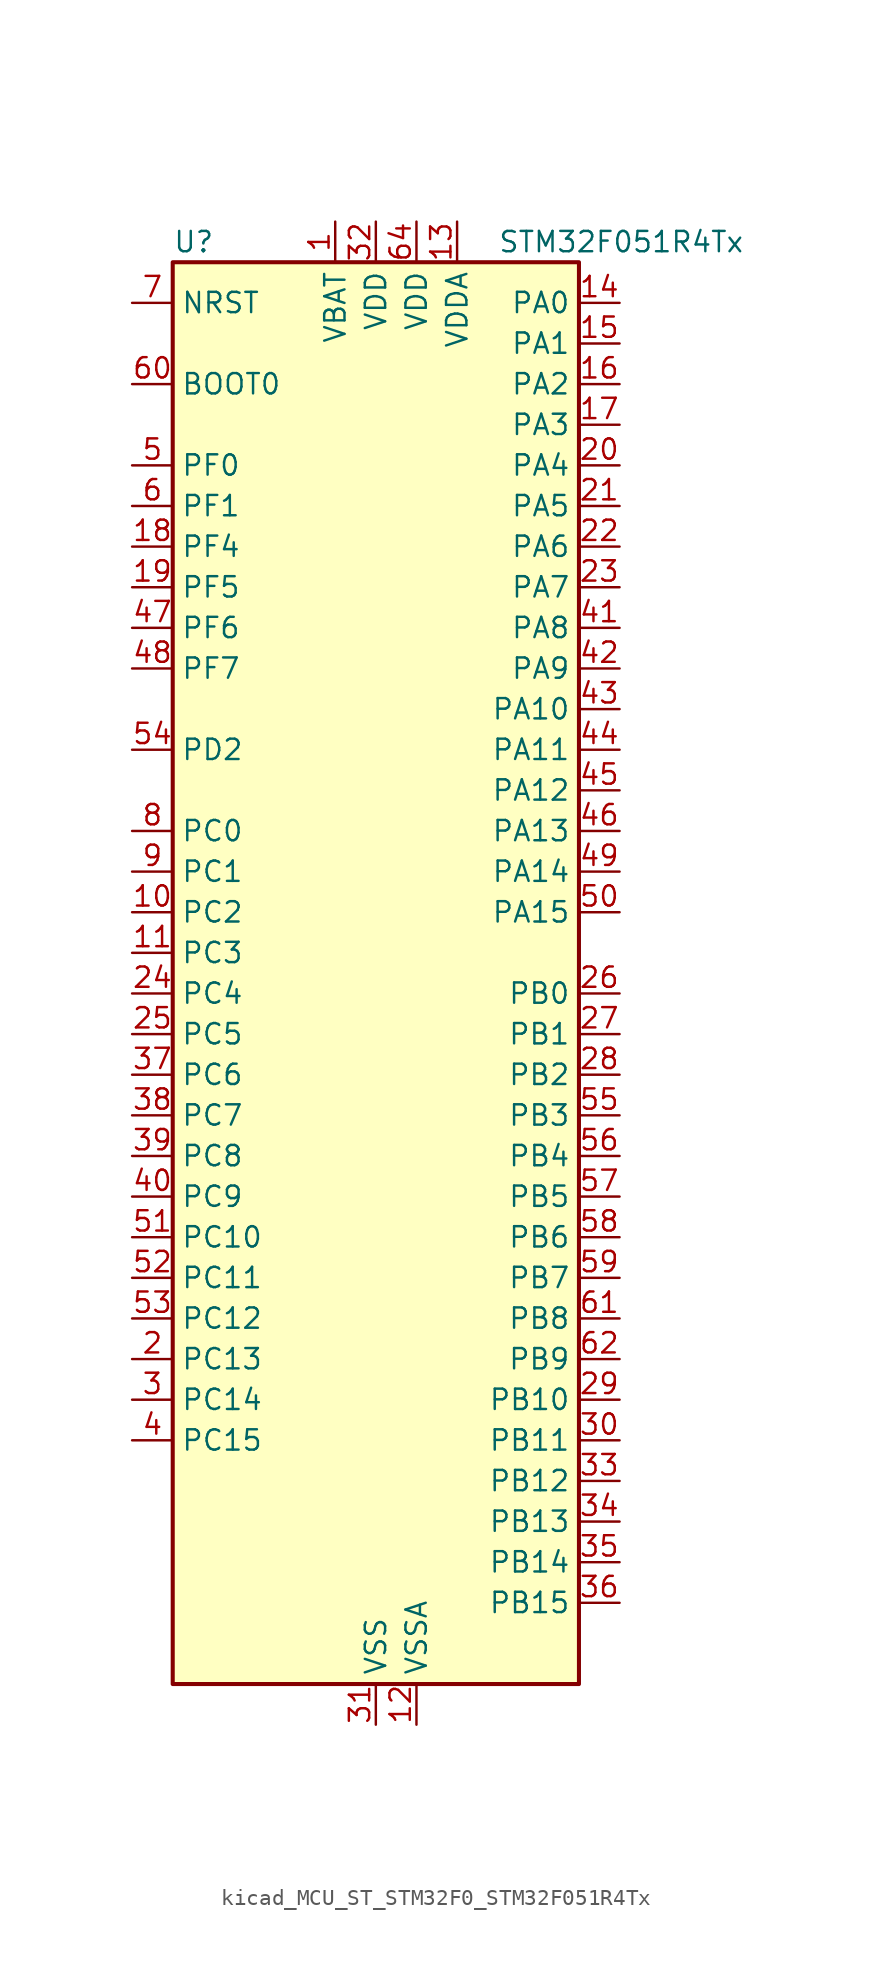
<source format=kicad_sym>
(kicad_symbol_lib
  (version 20220914)
  (generator kicad_symbol_editor)
  (symbol "kicad_MCU_ST_STM32F0_STM32F051R4Tx"
    (property "Reference" "U"
      (at -12.7 46.99 0)
      (effects (font (size 1.27 1.27)) (justify left)))
    (property "Value" "STM32F051R4Tx"
      (at 7.62 46.99 0)
      (effects (font (size 1.27 1.27)) (justify left)))
    (property "ki_locked" ""
      (at 0 0 0)
      (effects (font (size 1.27 1.27))))
    (symbol "kicad_MCU_ST_STM32F0_STM32F051R4Tx_0_1"
      (rectangle (start -12.7 -43.18) (end 12.7 45.72) (stroke (width 0.254) (type default)) (fill (type background))))
    (symbol "kicad_MCU_ST_STM32F0_STM32F051R4Tx_1_1"
      (pin power_in line (at -2.54 48.26 270) (length 2.54) (name "VBAT" (effects (font (size 1.27 1.27)))) (number "1" (effects (font (size 1.27 1.27)))))
      (pin bidirectional line (at -15.24 5.08 0) (length 2.54) (name "PC2" (effects (font (size 1.27 1.27)))) (number "10" (effects (font (size 1.27 1.27)))) (alternate "ADC_IN12" bidirectional line))
      (pin bidirectional line (at -15.24 2.54 0) (length 2.54) (name "PC3" (effects (font (size 1.27 1.27)))) (number "11" (effects (font (size 1.27 1.27)))) (alternate "ADC_IN13" bidirectional line))
      (pin power_in line (at 2.54 -45.72 90) (length 2.54) (name "VSSA" (effects (font (size 1.27 1.27)))) (number "12" (effects (font (size 1.27 1.27)))))
      (pin power_in line (at 5.08 48.26 270) (length 2.54) (name "VDDA" (effects (font (size 1.27 1.27)))) (number "13" (effects (font (size 1.27 1.27)))))
      (pin bidirectional line (at 15.24 43.18 180) (length 2.54) (name "PA0" (effects (font (size 1.27 1.27)))) (number "14" (effects (font (size 1.27 1.27)))) (alternate "ADC_IN0" bidirectional line) (alternate "COMP1_INM" bidirectional line) (alternate "COMP1_OUT" bidirectional line) (alternate "RTC_TAMP2" bidirectional line) (alternate "SYS_WKUP1" bidirectional line) (alternate "TIM2_CH1" bidirectional line) (alternate "TIM2_ETR" bidirectional line) (alternate "TSC_G1_IO1" bidirectional line))
      (pin bidirectional line (at 15.24 40.64 180) (length 2.54) (name "PA1" (effects (font (size 1.27 1.27)))) (number "15" (effects (font (size 1.27 1.27)))) (alternate "ADC_IN1" bidirectional line) (alternate "COMP1_INP" bidirectional line) (alternate "TIM2_CH2" bidirectional line) (alternate "TSC_G1_IO2" bidirectional line))
      (pin bidirectional line (at 15.24 38.1 180) (length 2.54) (name "PA2" (effects (font (size 1.27 1.27)))) (number "16" (effects (font (size 1.27 1.27)))) (alternate "ADC_IN2" bidirectional line) (alternate "COMP2_INM" bidirectional line) (alternate "COMP2_OUT" bidirectional line) (alternate "TIM15_CH1" bidirectional line) (alternate "TIM2_CH3" bidirectional line) (alternate "TSC_G1_IO3" bidirectional line))
      (pin bidirectional line (at 15.24 35.56 180) (length 2.54) (name "PA3" (effects (font (size 1.27 1.27)))) (number "17" (effects (font (size 1.27 1.27)))) (alternate "ADC_IN3" bidirectional line) (alternate "COMP2_INP" bidirectional line) (alternate "TIM15_CH2" bidirectional line) (alternate "TIM2_CH4" bidirectional line) (alternate "TSC_G1_IO4" bidirectional line))
      (pin bidirectional line (at -15.24 27.94 0) (length 2.54) (name "PF4" (effects (font (size 1.27 1.27)))) (number "18" (effects (font (size 1.27 1.27)))))
      (pin bidirectional line (at -15.24 25.4 0) (length 2.54) (name "PF5" (effects (font (size 1.27 1.27)))) (number "19" (effects (font (size 1.27 1.27)))))
      (pin bidirectional line (at -15.24 -22.86 0) (length 2.54) (name "PC13" (effects (font (size 1.27 1.27)))) (number "2" (effects (font (size 1.27 1.27)))) (alternate "RTC_OUT_ALARM" bidirectional line) (alternate "RTC_OUT_CALIB" bidirectional line) (alternate "RTC_TAMP1" bidirectional line) (alternate "RTC_TS" bidirectional line) (alternate "SYS_WKUP2" bidirectional line))
      (pin bidirectional line (at 15.24 33.02 180) (length 2.54) (name "PA4" (effects (font (size 1.27 1.27)))) (number "20" (effects (font (size 1.27 1.27)))) (alternate "ADC_IN4" bidirectional line) (alternate "COMP1_INM" bidirectional line) (alternate "COMP2_INM" bidirectional line) (alternate "DAC1_OUT1" bidirectional line) (alternate "I2S1_WS" bidirectional line) (alternate "SPI1_NSS" bidirectional line) (alternate "TIM14_CH1" bidirectional line) (alternate "TSC_G2_IO1" bidirectional line))
      (pin bidirectional line (at 15.24 30.48 180) (length 2.54) (name "PA5" (effects (font (size 1.27 1.27)))) (number "21" (effects (font (size 1.27 1.27)))) (alternate "ADC_IN5" bidirectional line) (alternate "CEC" bidirectional line) (alternate "COMP1_INM" bidirectional line) (alternate "COMP2_INM" bidirectional line) (alternate "I2S1_CK" bidirectional line) (alternate "SPI1_SCK" bidirectional line) (alternate "TIM2_CH1" bidirectional line) (alternate "TIM2_ETR" bidirectional line) (alternate "TSC_G2_IO2" bidirectional line))
      (pin bidirectional line (at 15.24 27.94 180) (length 2.54) (name "PA6" (effects (font (size 1.27 1.27)))) (number "22" (effects (font (size 1.27 1.27)))) (alternate "ADC_IN6" bidirectional line) (alternate "COMP1_OUT" bidirectional line) (alternate "I2S1_MCK" bidirectional line) (alternate "SPI1_MISO" bidirectional line) (alternate "TIM16_CH1" bidirectional line) (alternate "TIM1_BKIN" bidirectional line) (alternate "TIM3_CH1" bidirectional line) (alternate "TSC_G2_IO3" bidirectional line))
      (pin bidirectional line (at 15.24 25.4 180) (length 2.54) (name "PA7" (effects (font (size 1.27 1.27)))) (number "23" (effects (font (size 1.27 1.27)))) (alternate "ADC_IN7" bidirectional line) (alternate "COMP2_OUT" bidirectional line) (alternate "I2S1_SD" bidirectional line) (alternate "SPI1_MOSI" bidirectional line) (alternate "TIM14_CH1" bidirectional line) (alternate "TIM17_CH1" bidirectional line) (alternate "TIM1_CH1N" bidirectional line) (alternate "TIM3_CH2" bidirectional line) (alternate "TSC_G2_IO4" bidirectional line))
      (pin bidirectional line (at -15.24 0 0) (length 2.54) (name "PC4" (effects (font (size 1.27 1.27)))) (number "24" (effects (font (size 1.27 1.27)))) (alternate "ADC_IN14" bidirectional line))
      (pin bidirectional line (at -15.24 -2.54 0) (length 2.54) (name "PC5" (effects (font (size 1.27 1.27)))) (number "25" (effects (font (size 1.27 1.27)))) (alternate "ADC_IN15" bidirectional line) (alternate "TSC_G3_IO1" bidirectional line))
      (pin bidirectional line (at 15.24 0 180) (length 2.54) (name "PB0" (effects (font (size 1.27 1.27)))) (number "26" (effects (font (size 1.27 1.27)))) (alternate "ADC_IN8" bidirectional line) (alternate "TIM1_CH2N" bidirectional line) (alternate "TIM3_CH3" bidirectional line) (alternate "TSC_G3_IO2" bidirectional line))
      (pin bidirectional line (at 15.24 -2.54 180) (length 2.54) (name "PB1" (effects (font (size 1.27 1.27)))) (number "27" (effects (font (size 1.27 1.27)))) (alternate "ADC_IN9" bidirectional line) (alternate "TIM14_CH1" bidirectional line) (alternate "TIM1_CH3N" bidirectional line) (alternate "TIM3_CH4" bidirectional line) (alternate "TSC_G3_IO3" bidirectional line))
      (pin bidirectional line (at 15.24 -5.08 180) (length 2.54) (name "PB2" (effects (font (size 1.27 1.27)))) (number "28" (effects (font (size 1.27 1.27)))) (alternate "TSC_G3_IO4" bidirectional line))
      (pin bidirectional line (at 15.24 -25.4 180) (length 2.54) (name "PB10" (effects (font (size 1.27 1.27)))) (number "29" (effects (font (size 1.27 1.27)))) (alternate "CEC" bidirectional line) (alternate "TIM2_CH3" bidirectional line) (alternate "TSC_SYNC" bidirectional line))
      (pin bidirectional line (at -15.24 -25.4 0) (length 2.54) (name "PC14" (effects (font (size 1.27 1.27)))) (number "3" (effects (font (size 1.27 1.27)))) (alternate "RCC_OSC32_IN" bidirectional line))
      (pin bidirectional line (at 15.24 -27.94 180) (length 2.54) (name "PB11" (effects (font (size 1.27 1.27)))) (number "30" (effects (font (size 1.27 1.27)))) (alternate "TIM2_CH4" bidirectional line) (alternate "TSC_G6_IO1" bidirectional line))
      (pin power_in line (at 0 -45.72 90) (length 2.54) (name "VSS" (effects (font (size 1.27 1.27)))) (number "31" (effects (font (size 1.27 1.27)))))
      (pin power_in line (at 0 48.26 270) (length 2.54) (name "VDD" (effects (font (size 1.27 1.27)))) (number "32" (effects (font (size 1.27 1.27)))))
      (pin bidirectional line (at 15.24 -30.48 180) (length 2.54) (name "PB12" (effects (font (size 1.27 1.27)))) (number "33" (effects (font (size 1.27 1.27)))) (alternate "SPI2_NSS" bidirectional line) (alternate "TIM1_BKIN" bidirectional line) (alternate "TSC_G6_IO2" bidirectional line))
      (pin bidirectional line (at 15.24 -33.02 180) (length 2.54) (name "PB13" (effects (font (size 1.27 1.27)))) (number "34" (effects (font (size 1.27 1.27)))) (alternate "SPI2_SCK" bidirectional line) (alternate "TIM1_CH1N" bidirectional line) (alternate "TSC_G6_IO3" bidirectional line))
      (pin bidirectional line (at 15.24 -35.56 180) (length 2.54) (name "PB14" (effects (font (size 1.27 1.27)))) (number "35" (effects (font (size 1.27 1.27)))) (alternate "SPI2_MISO" bidirectional line) (alternate "TIM15_CH1" bidirectional line) (alternate "TIM1_CH2N" bidirectional line) (alternate "TSC_G6_IO4" bidirectional line))
      (pin bidirectional line (at 15.24 -38.1 180) (length 2.54) (name "PB15" (effects (font (size 1.27 1.27)))) (number "36" (effects (font (size 1.27 1.27)))) (alternate "RTC_REFIN" bidirectional line) (alternate "SPI2_MOSI" bidirectional line) (alternate "TIM15_CH1N" bidirectional line) (alternate "TIM15_CH2" bidirectional line) (alternate "TIM1_CH3N" bidirectional line))
      (pin bidirectional line (at -15.24 -5.08 0) (length 2.54) (name "PC6" (effects (font (size 1.27 1.27)))) (number "37" (effects (font (size 1.27 1.27)))) (alternate "TIM3_CH1" bidirectional line))
      (pin bidirectional line (at -15.24 -7.62 0) (length 2.54) (name "PC7" (effects (font (size 1.27 1.27)))) (number "38" (effects (font (size 1.27 1.27)))) (alternate "TIM3_CH2" bidirectional line))
      (pin bidirectional line (at -15.24 -10.16 0) (length 2.54) (name "PC8" (effects (font (size 1.27 1.27)))) (number "39" (effects (font (size 1.27 1.27)))) (alternate "TIM3_CH3" bidirectional line))
      (pin bidirectional line (at -15.24 -27.94 0) (length 2.54) (name "PC15" (effects (font (size 1.27 1.27)))) (number "4" (effects (font (size 1.27 1.27)))) (alternate "RCC_OSC32_OUT" bidirectional line))
      (pin bidirectional line (at -15.24 -12.7 0) (length 2.54) (name "PC9" (effects (font (size 1.27 1.27)))) (number "40" (effects (font (size 1.27 1.27)))) (alternate "DAC1_EXTI9" bidirectional line) (alternate "TIM3_CH4" bidirectional line))
      (pin bidirectional line (at 15.24 22.86 180) (length 2.54) (name "PA8" (effects (font (size 1.27 1.27)))) (number "41" (effects (font (size 1.27 1.27)))) (alternate "RCC_MCO" bidirectional line) (alternate "TIM1_CH1" bidirectional line) (alternate "USART1_CK" bidirectional line))
      (pin bidirectional line (at 15.24 20.32 180) (length 2.54) (name "PA9" (effects (font (size 1.27 1.27)))) (number "42" (effects (font (size 1.27 1.27)))) (alternate "DAC1_EXTI9" bidirectional line) (alternate "TIM15_BKIN" bidirectional line) (alternate "TIM1_CH2" bidirectional line) (alternate "TSC_G4_IO1" bidirectional line) (alternate "USART1_TX" bidirectional line))
      (pin bidirectional line (at 15.24 17.78 180) (length 2.54) (name "PA10" (effects (font (size 1.27 1.27)))) (number "43" (effects (font (size 1.27 1.27)))) (alternate "TIM17_BKIN" bidirectional line) (alternate "TIM1_CH3" bidirectional line) (alternate "TSC_G4_IO2" bidirectional line) (alternate "USART1_RX" bidirectional line))
      (pin bidirectional line (at 15.24 15.24 180) (length 2.54) (name "PA11" (effects (font (size 1.27 1.27)))) (number "44" (effects (font (size 1.27 1.27)))) (alternate "COMP1_OUT" bidirectional line) (alternate "TIM1_CH4" bidirectional line) (alternate "TSC_G4_IO3" bidirectional line) (alternate "USART1_CTS" bidirectional line))
      (pin bidirectional line (at 15.24 12.7 180) (length 2.54) (name "PA12" (effects (font (size 1.27 1.27)))) (number "45" (effects (font (size 1.27 1.27)))) (alternate "COMP2_OUT" bidirectional line) (alternate "TIM1_ETR" bidirectional line) (alternate "TSC_G4_IO4" bidirectional line) (alternate "USART1_DE" bidirectional line) (alternate "USART1_RTS" bidirectional line))
      (pin bidirectional line (at 15.24 10.16 180) (length 2.54) (name "PA13" (effects (font (size 1.27 1.27)))) (number "46" (effects (font (size 1.27 1.27)))) (alternate "IR_OUT" bidirectional line) (alternate "SYS_SWDIO" bidirectional line))
      (pin bidirectional line (at -15.24 22.86 0) (length 2.54) (name "PF6" (effects (font (size 1.27 1.27)))) (number "47" (effects (font (size 1.27 1.27)))))
      (pin bidirectional line (at -15.24 20.32 0) (length 2.54) (name "PF7" (effects (font (size 1.27 1.27)))) (number "48" (effects (font (size 1.27 1.27)))))
      (pin bidirectional line (at 15.24 7.62 180) (length 2.54) (name "PA14" (effects (font (size 1.27 1.27)))) (number "49" (effects (font (size 1.27 1.27)))) (alternate "SYS_SWCLK" bidirectional line))
      (pin bidirectional line (at -15.24 33.02 0) (length 2.54) (name "PF0" (effects (font (size 1.27 1.27)))) (number "5" (effects (font (size 1.27 1.27)))) (alternate "RCC_OSC_IN" bidirectional line))
      (pin bidirectional line (at 15.24 5.08 180) (length 2.54) (name "PA15" (effects (font (size 1.27 1.27)))) (number "50" (effects (font (size 1.27 1.27)))) (alternate "I2S1_WS" bidirectional line) (alternate "SPI1_NSS" bidirectional line) (alternate "TIM2_CH1" bidirectional line) (alternate "TIM2_ETR" bidirectional line))
      (pin bidirectional line (at -15.24 -15.24 0) (length 2.54) (name "PC10" (effects (font (size 1.27 1.27)))) (number "51" (effects (font (size 1.27 1.27)))))
      (pin bidirectional line (at -15.24 -17.78 0) (length 2.54) (name "PC11" (effects (font (size 1.27 1.27)))) (number "52" (effects (font (size 1.27 1.27)))))
      (pin bidirectional line (at -15.24 -20.32 0) (length 2.54) (name "PC12" (effects (font (size 1.27 1.27)))) (number "53" (effects (font (size 1.27 1.27)))))
      (pin bidirectional line (at -15.24 15.24 0) (length 2.54) (name "PD2" (effects (font (size 1.27 1.27)))) (number "54" (effects (font (size 1.27 1.27)))) (alternate "TIM3_ETR" bidirectional line))
      (pin bidirectional line (at 15.24 -7.62 180) (length 2.54) (name "PB3" (effects (font (size 1.27 1.27)))) (number "55" (effects (font (size 1.27 1.27)))) (alternate "I2S1_CK" bidirectional line) (alternate "SPI1_SCK" bidirectional line) (alternate "TIM2_CH2" bidirectional line) (alternate "TSC_G5_IO1" bidirectional line))
      (pin bidirectional line (at 15.24 -10.16 180) (length 2.54) (name "PB4" (effects (font (size 1.27 1.27)))) (number "56" (effects (font (size 1.27 1.27)))) (alternate "I2S1_MCK" bidirectional line) (alternate "SPI1_MISO" bidirectional line) (alternate "TIM3_CH1" bidirectional line) (alternate "TSC_G5_IO2" bidirectional line))
      (pin bidirectional line (at 15.24 -12.7 180) (length 2.54) (name "PB5" (effects (font (size 1.27 1.27)))) (number "57" (effects (font (size 1.27 1.27)))) (alternate "I2C1_SMBA" bidirectional line) (alternate "I2S1_SD" bidirectional line) (alternate "SPI1_MOSI" bidirectional line) (alternate "TIM16_BKIN" bidirectional line) (alternate "TIM3_CH2" bidirectional line))
      (pin bidirectional line (at 15.24 -15.24 180) (length 2.54) (name "PB6" (effects (font (size 1.27 1.27)))) (number "58" (effects (font (size 1.27 1.27)))) (alternate "I2C1_SCL" bidirectional line) (alternate "TIM16_CH1N" bidirectional line) (alternate "TSC_G5_IO3" bidirectional line) (alternate "USART1_TX" bidirectional line))
      (pin bidirectional line (at 15.24 -17.78 180) (length 2.54) (name "PB7" (effects (font (size 1.27 1.27)))) (number "59" (effects (font (size 1.27 1.27)))) (alternate "I2C1_SDA" bidirectional line) (alternate "TIM17_CH1N" bidirectional line) (alternate "TSC_G5_IO4" bidirectional line) (alternate "USART1_RX" bidirectional line))
      (pin bidirectional line (at -15.24 30.48 0) (length 2.54) (name "PF1" (effects (font (size 1.27 1.27)))) (number "6" (effects (font (size 1.27 1.27)))) (alternate "RCC_OSC_OUT" bidirectional line))
      (pin input line (at -15.24 38.1 0) (length 2.54) (name "BOOT0" (effects (font (size 1.27 1.27)))) (number "60" (effects (font (size 1.27 1.27)))))
      (pin bidirectional line (at 15.24 -20.32 180) (length 2.54) (name "PB8" (effects (font (size 1.27 1.27)))) (number "61" (effects (font (size 1.27 1.27)))) (alternate "CEC" bidirectional line) (alternate "I2C1_SCL" bidirectional line) (alternate "TIM16_CH1" bidirectional line) (alternate "TSC_SYNC" bidirectional line))
      (pin bidirectional line (at 15.24 -22.86 180) (length 2.54) (name "PB9" (effects (font (size 1.27 1.27)))) (number "62" (effects (font (size 1.27 1.27)))) (alternate "DAC1_EXTI9" bidirectional line) (alternate "I2C1_SDA" bidirectional line) (alternate "IR_OUT" bidirectional line) (alternate "TIM17_CH1" bidirectional line))
      (pin passive line (at 0 -45.72 90) (length 2.54) hide (name "VSS" (effects (font (size 1.27 1.27)))) (number "63" (effects (font (size 1.27 1.27)))))
      (pin power_in line (at 2.54 48.26 270) (length 2.54) (name "VDD" (effects (font (size 1.27 1.27)))) (number "64" (effects (font (size 1.27 1.27)))))
      (pin input line (at -15.24 43.18 0) (length 2.54) (name "NRST" (effects (font (size 1.27 1.27)))) (number "7" (effects (font (size 1.27 1.27)))))
      (pin bidirectional line (at -15.24 10.16 0) (length 2.54) (name "PC0" (effects (font (size 1.27 1.27)))) (number "8" (effects (font (size 1.27 1.27)))) (alternate "ADC_IN10" bidirectional line))
      (pin bidirectional line (at -15.24 7.62 0) (length 2.54) (name "PC1" (effects (font (size 1.27 1.27)))) (number "9" (effects (font (size 1.27 1.27)))) (alternate "ADC_IN11" bidirectional line)))))
</source>
